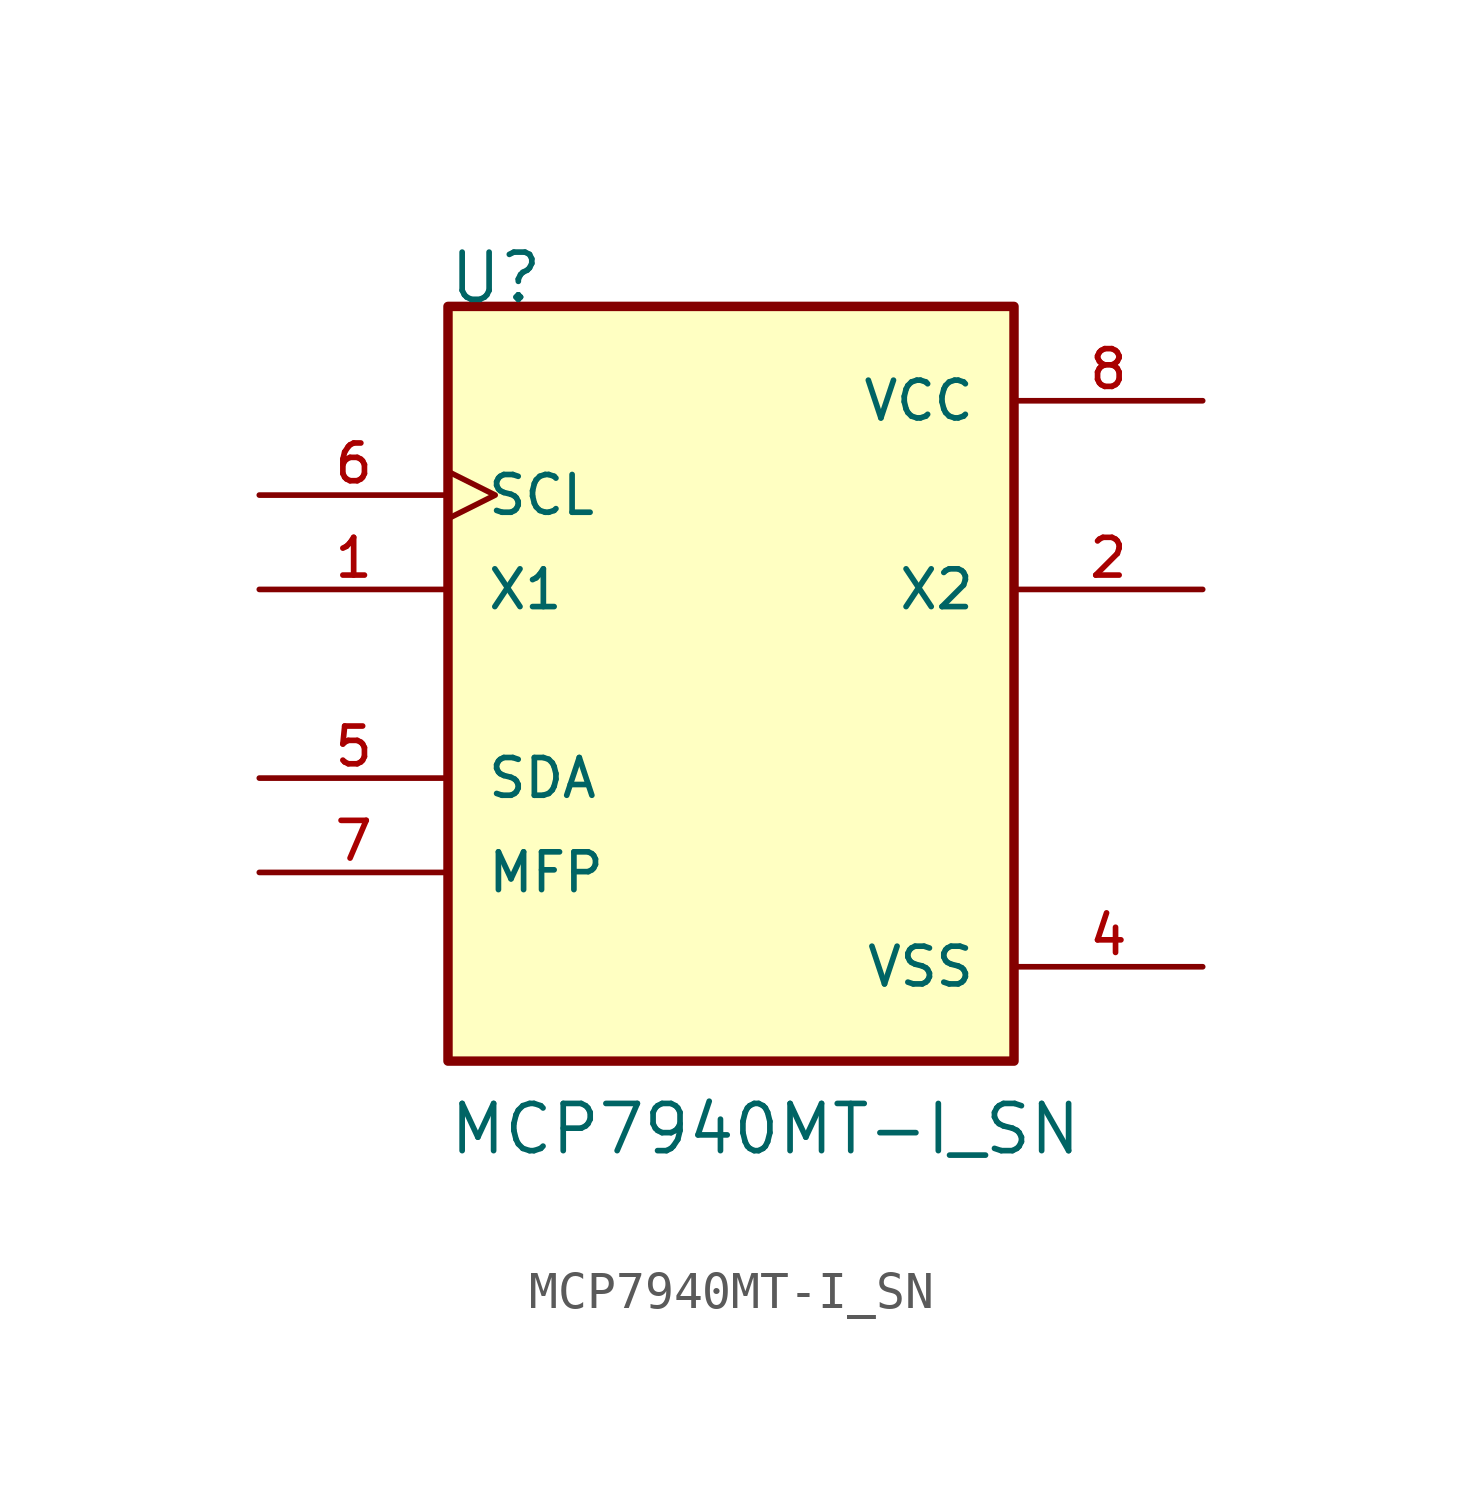
<source format=kicad_sym>
(kicad_symbol_lib
  (version 20211014)
  (generator kicad_symbol_editor)
  (symbol "MCP7940MT-I_SN"
    (pin_names
      (offset 1.016))
    (property "Reference" "U"
      (at -7.641 10.188 0)
      (effects (font (size 1.27 1.27)) (justify bottom left)))
    (property "Value" "MCP7940MT-I_SN"
      (at -7.641 -12.734 0)
      (effects (font (size 1.27 1.27)) (justify bottom left)))
    (symbol "MCP7940MT-I_SN_0_0"
      (rectangle (start -7.62 -10.16) (end 7.62 10.16) (stroke (width 0.254)) (fill (type background)))
      (pin input line (at -12.7 2.54 0) (length 5.08) (name "X1" (effects (font (size 1.016 1.016)))) (number "1" (effects (font (size 1.016 1.016)))))
      (pin output line (at 12.7 2.54 180.0) (length 5.08) (name "X2" (effects (font (size 1.016 1.016)))) (number "2" (effects (font (size 1.016 1.016)))))
      (pin passive line (at 12.7 -7.62 180.0) (length 5.08) (name "VSS" (effects (font (size 1.016 1.016)))) (number "4" (effects (font (size 1.016 1.016)))))
      (pin bidirectional line (at -12.7 -2.54 0) (length 5.08) (name "SDA" (effects (font (size 1.016 1.016)))) (number "5" (effects (font (size 1.016 1.016)))))
      (pin input clock (at -12.7 5.08 0) (length 5.08) (name "SCL" (effects (font (size 1.016 1.016)))) (number "6" (effects (font (size 1.016 1.016)))))
      (pin bidirectional line (at -12.7 -5.08 0) (length 5.08) (name "MFP" (effects (font (size 1.016 1.016)))) (number "7" (effects (font (size 1.016 1.016)))))
      (pin power_in line (at 12.7 7.62 180.0) (length 5.08) (name "VCC" (effects (font (size 1.016 1.016)))) (number "8" (effects (font (size 1.016 1.016))))))))
</source>
